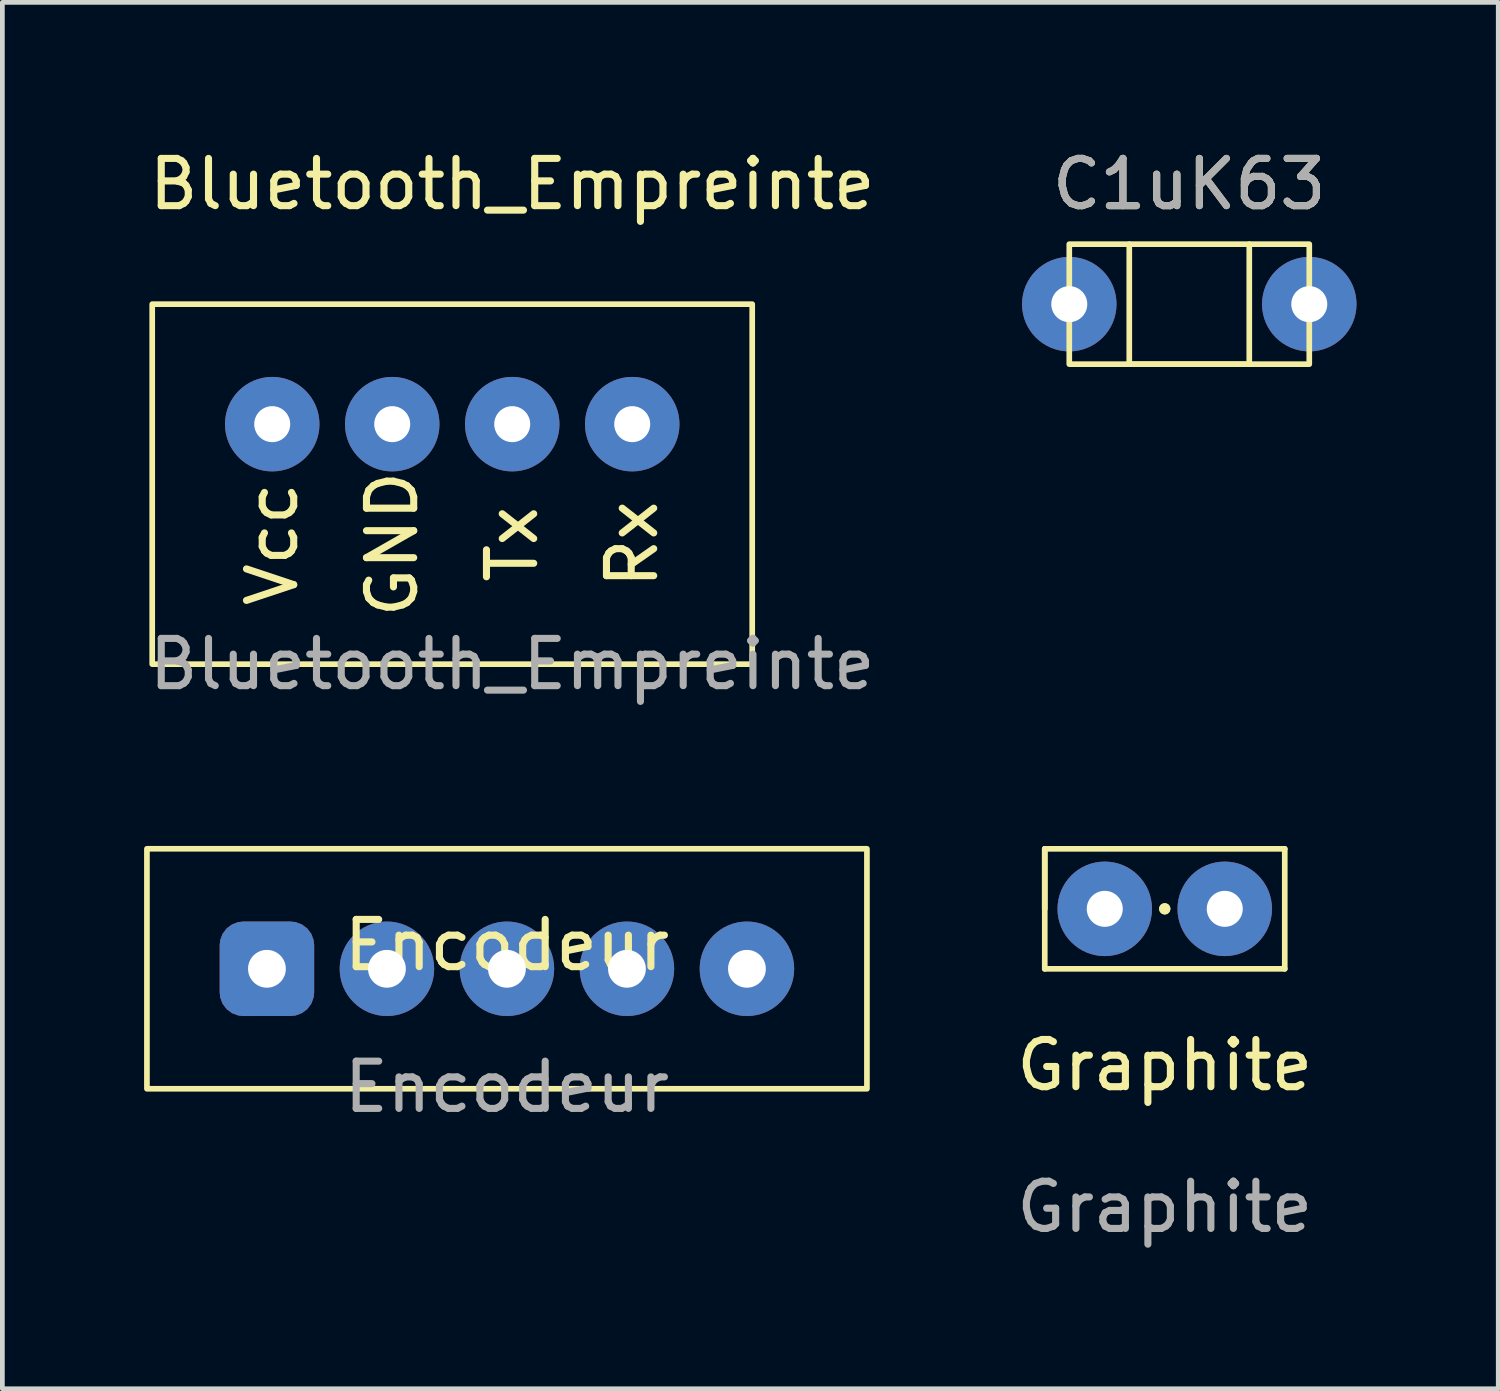
<source format=kicad_pcb>
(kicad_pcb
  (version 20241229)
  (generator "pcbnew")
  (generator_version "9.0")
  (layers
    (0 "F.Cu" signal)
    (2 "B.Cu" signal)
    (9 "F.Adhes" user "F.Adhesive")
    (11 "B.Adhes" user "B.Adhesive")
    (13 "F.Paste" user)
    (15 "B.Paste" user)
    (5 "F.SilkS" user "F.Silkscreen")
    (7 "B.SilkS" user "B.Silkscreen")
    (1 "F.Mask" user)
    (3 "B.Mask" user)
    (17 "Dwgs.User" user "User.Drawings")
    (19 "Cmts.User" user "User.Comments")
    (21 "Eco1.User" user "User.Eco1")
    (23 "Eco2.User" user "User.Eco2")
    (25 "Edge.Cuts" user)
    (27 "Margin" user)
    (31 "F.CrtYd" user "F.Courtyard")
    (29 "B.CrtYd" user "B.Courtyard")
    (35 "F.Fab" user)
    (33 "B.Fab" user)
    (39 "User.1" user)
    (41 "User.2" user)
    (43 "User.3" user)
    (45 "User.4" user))
  (footprint "C1uK63"
    (layer "F.Cu")
    (at 22.123 3.388)
    (property "Reference" "C1uK63" (at 0 -2.54 0) (unlocked yes) (layer "F.SilkS") (effects (font (size 1 1) (thickness 0.15))))
    (attr through_hole)
    (fp_line (start -1.27 -1.27) (end -1.27 1.27) (stroke (width 0.12) (type solid)) (layer "F.SilkS"))
    (fp_line (start -1.27 1.27) (end 1.27 1.27) (stroke (width 0.12) (type solid)) (layer "F.SilkS"))
    (fp_line (start 1.27 1.27) (end 1.27 -1.27) (stroke (width 0.12) (type solid)) (layer "F.SilkS"))
    (fp_rect (start -2.54 -1.27) (end 2.54 1.27) (stroke (width 0.12) (type solid)) (fill no) (layer "F.SilkS"))
    (fp_text user "${REFERENCE}" (at 0 -2.54 0) (unlocked yes) (layer "F.Fab") (effects (font (size 1 1) (thickness 0.15))))
    (pad "1" thru_hole circle (at -2.54 0) (size 2 2) (drill 0.762) (layers "*.Cu" "*.Mask"))
    (pad "2" thru_hole circle (at 2.54 0) (size 2 2) (drill 0.762) (layers "*.Cu" "*.Mask")))
  (footprint "Encodeur"
    (layer "F.Cu")
    (at 7.68 17.456)
    (property "Reference" "Encodeur" (at 0 -0.5 0) (unlocked yes) (layer "F.SilkS") (effects (font (size 1 1) (thickness 0.15))))
    (attr through_hole)
    (fp_rect (start -7.62 -2.54) (end 7.62 2.54) (stroke (width 0.12) (type solid)) (fill no) (layer "F.SilkS"))
    (fp_text user "${REFERENCE}" (at 0 2.5 0) (unlocked yes) (layer "F.Fab") (effects (font (size 1 1) (thickness 0.15))))
    (pad "1" thru_hole roundrect (at -5.08 0) (size 2 2) (drill 0.8) (layers "*.Cu" "*.Mask") (roundrect_rratio 0.25))
    (pad "2" thru_hole circle (at -2.54 0) (size 2 2) (drill 0.8) (layers "*.Cu" "*.Mask"))
    (pad "3" thru_hole circle (at 0 0) (size 2 2) (drill 0.8) (layers "*.Cu" "*.Mask"))
    (pad "4" thru_hole circle (at 2.54 0) (size 2 2) (drill 0.8) (layers "*.Cu" "*.Mask"))
    (pad "5" thru_hole circle (at 5.08 0) (size 2 2) (drill 0.8) (layers "*.Cu" "*.Mask")))
  (footprint "Bluetooth_Empreinte"
    (layer "F.Cu")
    (at 7.792 0.848)
    (property "Reference" "Bluetooth_Empreinte" (at 0 0 0) (unlocked yes) (layer "F.SilkS") (effects (font (size 1 1) (thickness 0.15))))
    (attr through_hole)
    (fp_rect (start -7.62 2.54) (end 5.08 10.16) (stroke (width 0.12) (type solid)) (fill no) (layer "F.SilkS"))
    (fp_text user "GND" (at -2.54 7.62 90) (unlocked yes) (layer "F.SilkS") (effects (font (size 1 1) (thickness 0.15))))
    (fp_text user "Vcc" (at -5.08 7.62 90) (unlocked yes) (layer "F.SilkS") (effects (font (size 1 1) (thickness 0.15))))
    (fp_text user "Rx" (at 2.54 7.62 90) (unlocked yes) (layer "F.SilkS") (effects (font (size 1 1) (thickness 0.15))))
    (fp_text user "Tx" (at 0 7.62 90) (unlocked yes) (layer "F.SilkS") (effects (font (size 1 1) (thickness 0.15))))
    (fp_text user "${REFERENCE}" (at 0 10.16 0) (unlocked yes) (layer "F.Fab") (effects (font (size 1 1) (thickness 0.15))))
    (pad "1" thru_hole circle (at -5.08 5.08) (size 2 2) (drill 0.762) (layers "*.Cu" "*.Mask"))
    (pad "2" thru_hole circle (at -2.54 5.08) (size 2 2) (drill 0.762) (layers "*.Cu" "*.Mask"))
    (pad "3" thru_hole circle (at 0 5.08) (size 2 2) (drill 0.762) (layers "*.Cu" "*.Mask"))
    (pad "4" thru_hole circle (at 2.54 5.08) (size 2 2) (drill 0.762) (layers "*.Cu" "*.Mask")))
  (footprint "Graphite"
    (layer "F.Cu")
    (at 21.604 19.997)
    (property "Reference" "Graphite" (at 0 -0.5 0) (unlocked yes) (layer "F.SilkS") (effects (font (size 1 1) (thickness 0.15))))
    (attr through_hole)
    (fp_line (start -2.54 -5.08) (end -2.54 -3.81) (stroke (width 0.12) (type solid)) (layer "F.SilkS"))
    (fp_line (start -2.54 -5.08) (end 2.54 -5.08) (stroke (width 0.12) (type solid)) (layer "F.SilkS"))
    (fp_line (start -2.54 -2.54) (end -2.54 -5.08) (stroke (width 0.12) (type solid)) (layer "F.SilkS"))
    (fp_line (start 2.54 -5.08) (end 2.54 -2.54) (stroke (width 0.12) (type solid)) (layer "F.SilkS"))
    (fp_line (start 2.54 -2.54) (end -2.54 -2.54) (stroke (width 0.12) (type solid)) (layer "F.SilkS"))
    (fp_arc (start 0 -3.81) (mid 0 -3.81) (end 0 -3.81) (stroke (width 0.12) (type solid)) (layer "F.SilkS"))
    (fp_arc (start 0 -3.81) (mid 0 -3.81) (end 0 -3.81) (stroke (width 0.12) (type solid)) (layer "F.SilkS"))
    (fp_text user "${REFERENCE}" (at 0 2.5 0) (unlocked yes) (layer "F.Fab") (effects (font (size 1 1) (thickness 0.15))))
    (pad "1" thru_hole circle (at -1.27 -3.81) (size 2 2) (drill 0.762) (layers "*.Cu" "*.Mask"))
    (pad "2" thru_hole circle (at 1.27 -3.81) (size 2 2) (drill 0.762) (layers "*.Cu" "*.Mask")))
  (gr_rect
    (start -3 -3)
    (end 28.663 26.345)
    (stroke (width 0.1) (type default))
    (fill no)
    (layer "Edge.Cuts")))
</source>
